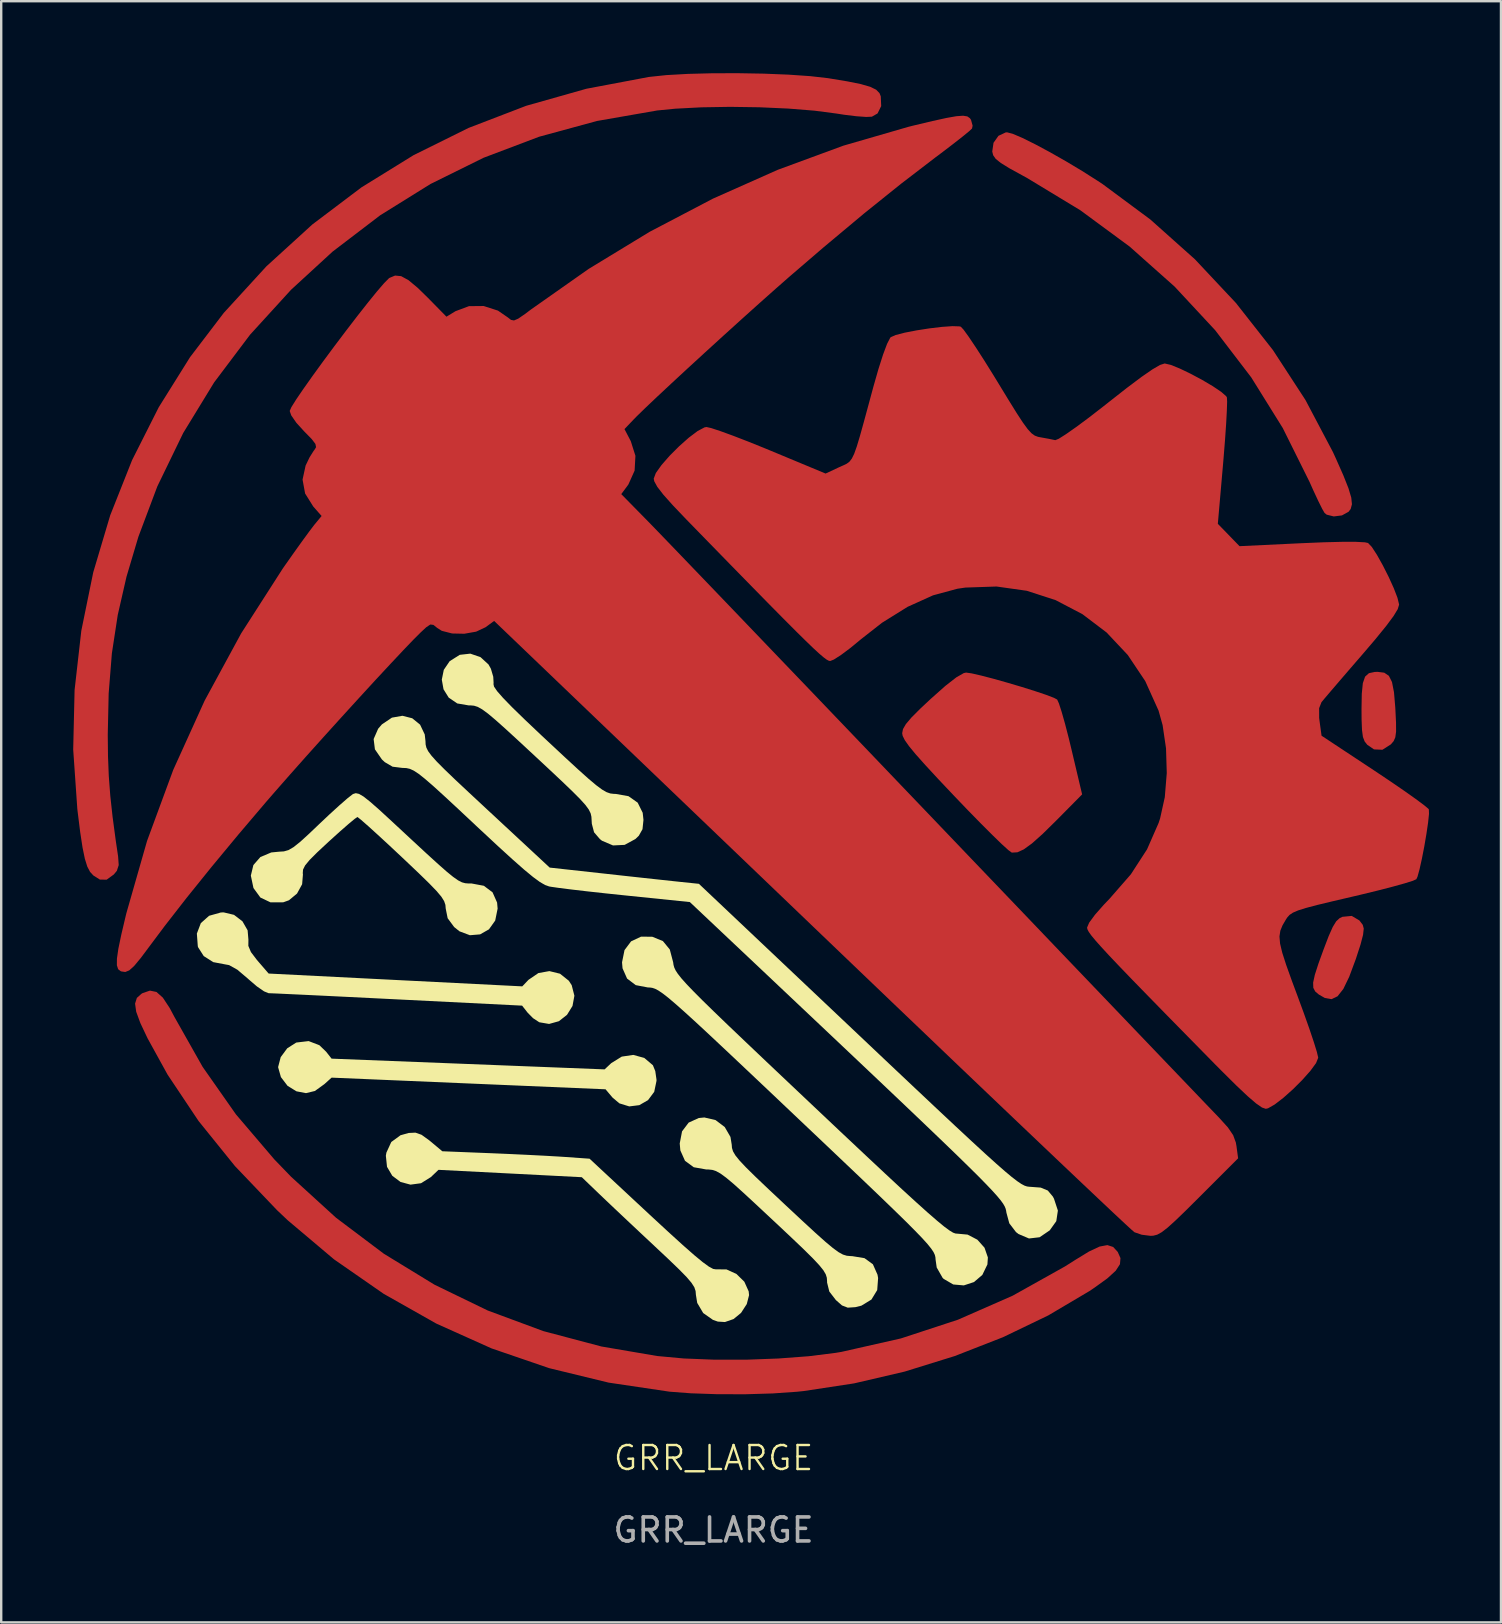
<source format=kicad_pcb>
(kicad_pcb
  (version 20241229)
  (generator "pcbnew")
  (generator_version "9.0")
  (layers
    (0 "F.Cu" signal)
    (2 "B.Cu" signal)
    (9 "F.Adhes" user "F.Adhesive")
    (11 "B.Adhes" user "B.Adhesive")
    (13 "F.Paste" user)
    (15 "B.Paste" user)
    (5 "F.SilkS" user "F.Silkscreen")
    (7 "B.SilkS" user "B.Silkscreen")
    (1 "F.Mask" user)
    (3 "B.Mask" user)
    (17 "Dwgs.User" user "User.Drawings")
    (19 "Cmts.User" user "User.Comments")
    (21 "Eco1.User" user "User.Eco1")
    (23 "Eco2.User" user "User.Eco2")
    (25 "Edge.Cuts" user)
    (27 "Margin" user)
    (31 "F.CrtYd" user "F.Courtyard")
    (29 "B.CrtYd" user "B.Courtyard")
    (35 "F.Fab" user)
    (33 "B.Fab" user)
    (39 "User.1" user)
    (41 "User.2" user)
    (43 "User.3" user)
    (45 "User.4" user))
  (footprint "GRR_LARGE"
    (layer "F.Cu")
    (at 26.682 58.203)
    (property "Reference" "GRR_LARGE" (at 0 -0.5 0) (unlocked yes) (layer "F.SilkS") (effects (font (size 1 1) (thickness 0.1))))
    (attr smd)
    (fp_poly (pts (xy -16.424 -17.701) (xy -16.142 -17.429) (xy -15.915 -17.141) (xy -10.227 -16.918) (xy -4.539 -16.694) (xy -4.263 -16.954) (xy -3.824 -17.226) (xy -3.344 -17.297) (xy -2.886 -17.171) (xy -2.527 -16.867) (xy -2.428 -16.623) (xy -2.378 -16.275) (xy -2.376 -16.219) (xy -2.472 -15.758) (xy -2.73 -15.412) (xy -3.095 -15.203) (xy -3.512 -15.151) (xy -3.923 -15.278) (xy -4.208 -15.518) (xy -4.5 -15.864) (xy -10.207 -16.107) (xy -15.915 -16.35) (xy -16.216 -16.079) (xy -16.611 -15.794) (xy -16.982 -15.704) (xy -17.38 -15.78) (xy -17.75 -16.008) (xy -18.027 -16.372) (xy -18.142 -16.779) (xy -18.142 -16.796) (xy -18.036 -17.203) (xy -17.765 -17.571) (xy -17.396 -17.807) (xy -17.379 -17.813) (xy -16.871 -17.873)) (stroke (width 0) (type solid)) (fill yes) (layer "F.SilkS"))
    (fp_poly (pts (xy -19.982 -23.133) (xy -19.63 -22.864) (xy -19.414 -22.488) (xy -19.381 -22.1) (xy -19.384 -21.839) (xy -19.276 -21.582) (xy -19.025 -21.251) (xy -18.989 -21.209) (xy -18.538 -20.687) (xy -13.254 -20.42) (xy -7.97 -20.153) (xy -7.71 -20.426) (xy -7.299 -20.707) (xy -6.84 -20.789) (xy -6.397 -20.68) (xy -6.031 -20.388) (xy -5.91 -20.201) (xy -5.798 -19.763) (xy -5.877 -19.336) (xy -6.106 -18.967) (xy -6.444 -18.701) (xy -6.852 -18.587) (xy -7.261 -18.657) (xy -7.523 -18.829) (xy -7.746 -19.056) (xy -7.977 -19.35) (xy -13.15 -19.609) (xy -14.249 -19.664) (xy -15.278 -19.715) (xy -16.212 -19.761) (xy -17.024 -19.8) (xy -17.689 -19.831) (xy -18.18 -19.854) (xy -18.473 -19.866) (xy -18.541 -19.868) (xy -18.731 -19.946) (xy -19.029 -20.152) (xy -19.37 -20.444) (xy -19.395 -20.468) (xy -19.842 -20.847) (xy -20.186 -21.039) (xy -20.357 -21.07) (xy -20.848 -21.163) (xy -21.243 -21.415) (xy -21.478 -21.783) (xy -21.49 -21.824) (xy -21.529 -22.353) (xy -21.363 -22.789) (xy -21.02 -23.094) (xy -20.528 -23.232) (xy -20.413 -23.236)) (stroke (width 0) (type solid)) (fill yes) (layer "F.SilkS"))
    (fp_poly (pts (xy -12.168 -13.969) (xy -11.853 -13.742) (xy -11.798 -13.697) (xy -11.302 -13.282) (xy -9.275 -13.201) (xy -8.502 -13.168) (xy -7.722 -13.131) (xy -7.004 -13.094) (xy -6.422 -13.06) (xy -6.207 -13.046) (xy -5.166 -12.972) (xy -2.656 -10.635) (xy -1.892 -9.929) (xy -1.283 -9.375) (xy -0.809 -8.958) (xy -0.453 -8.664) (xy -0.195 -8.476) (xy -0.017 -8.38) (xy 0.1 -8.361) (xy 0.111 -8.363) (xy 0.541 -8.358) (xy 0.954 -8.169) (xy 1.283 -7.847) (xy 1.464 -7.445) (xy 1.48 -7.286) (xy 1.384 -6.914) (xy 1.145 -6.546) (xy 0.838 -6.294) (xy 0.821 -6.286) (xy 0.474 -6.166) (xy 0.178 -6.185) (xy -0.025 -6.256) (xy -0.431 -6.541) (xy -0.68 -6.963) (xy -0.735 -7.299) (xy -0.748 -7.458) (xy -0.801 -7.616) (xy -0.919 -7.801) (xy -1.123 -8.041) (xy -1.439 -8.363) (xy -1.888 -8.795) (xy -2.427 -9.301) (xy -3.012 -9.849) (xy -3.589 -10.391) (xy -4.114 -10.886) (xy -4.544 -11.294) (xy -4.804 -11.542) (xy -5.489 -12.201) (xy -8.475 -12.355) (xy -11.461 -12.508) (xy -11.777 -12.207) (xy -12.189 -11.95) (xy -12.628 -11.891) (xy -13.043 -12.003) (xy -13.386 -12.26) (xy -13.606 -12.633) (xy -13.654 -13.095) (xy -13.632 -13.225) (xy -13.428 -13.668) (xy -13.044 -13.949) (xy -12.705 -14.044) (xy -12.421 -14.058)) (stroke (width 0) (type solid)) (fill yes) (layer "F.SilkS"))
    (fp_poly (pts (xy 0.084 -14.581) (xy 0.466 -14.292) (xy 0.705 -13.88) (xy 0.757 -13.56) (xy 0.768 -13.42) (xy 0.812 -13.278) (xy 0.909 -13.112) (xy 1.081 -12.898) (xy 1.347 -12.615) (xy 1.727 -12.24) (xy 2.241 -11.75) (xy 2.91 -11.122) (xy 3.014 -11.024) (xy 3.705 -10.38) (xy 4.245 -9.882) (xy 4.66 -9.511) (xy 4.973 -9.25) (xy 5.209 -9.078) (xy 5.393 -8.977) (xy 5.55 -8.929) (xy 5.703 -8.914) (xy 5.77 -8.913) (xy 6.289 -8.828) (xy 6.64 -8.573) (xy 6.832 -8.14) (xy 6.857 -7.999) (xy 6.82 -7.498) (xy 6.579 -7.103) (xy 6.16 -6.848) (xy 5.909 -6.786) (xy 5.592 -6.765) (xy 5.352 -6.858) (xy 5.097 -7.082) (xy 4.824 -7.437) (xy 4.731 -7.812) (xy 4.73 -7.873) (xy 4.72 -8.013) (xy 4.675 -8.155) (xy 4.577 -8.322) (xy 4.404 -8.536) (xy 4.137 -8.821) (xy 3.756 -9.198) (xy 3.24 -9.69) (xy 2.57 -10.32) (xy 2.473 -10.41) (xy 1.784 -11.054) (xy 1.245 -11.552) (xy 0.833 -11.923) (xy 0.521 -12.184) (xy 0.285 -12.356) (xy 0.102 -12.457) (xy -0.055 -12.506) (xy -0.21 -12.522) (xy -0.301 -12.523) (xy -0.825 -12.616) (xy -1.19 -12.885) (xy -1.383 -13.317) (xy -1.409 -13.606) (xy -1.312 -14.112) (xy -1.037 -14.476) (xy -0.616 -14.667) (xy -0.382 -14.69)) (stroke (width 0) (type solid)) (fill yes) (layer "F.SilkS"))
    (fp_poly (pts (xy -9.71 -33.871) (xy -9.376 -33.565) (xy -9.277 -33.387) (xy -9.179 -33.054) (xy -9.164 -32.784) (xy -9.171 -32.756) (xy -9.148 -32.645) (xy -9.02 -32.456) (xy -8.772 -32.173) (xy -8.392 -31.782) (xy -7.864 -31.268) (xy -7.174 -30.614) (xy -6.899 -30.357) (xy -6.194 -29.7) (xy -5.64 -29.189) (xy -5.213 -28.807) (xy -4.89 -28.535) (xy -4.646 -28.354) (xy -4.457 -28.245) (xy -4.301 -28.191) (xy -4.152 -28.173) (xy -4.075 -28.172) (xy -3.543 -28.077) (xy -3.161 -27.808) (xy -2.952 -27.386) (xy -2.92 -27.089) (xy -2.96 -26.702) (xy -3.113 -26.43) (xy -3.255 -26.293) (xy -3.704 -26.049) (xy -4.189 -26.025) (xy -4.65 -26.222) (xy -4.736 -26.29) (xy -4.978 -26.572) (xy -5.072 -26.928) (xy -5.08 -27.068) (xy -5.089 -27.222) (xy -5.122 -27.365) (xy -5.199 -27.521) (xy -5.339 -27.712) (xy -5.563 -27.96) (xy -5.891 -28.289) (xy -6.342 -28.721) (xy -6.938 -29.28) (xy -7.407 -29.717) (xy -8.108 -30.368) (xy -8.658 -30.873) (xy -9.08 -31.25) (xy -9.399 -31.518) (xy -9.639 -31.694) (xy -9.824 -31.798) (xy -9.977 -31.847) (xy -10.123 -31.861) (xy -10.2 -31.86) (xy -10.68 -31.942) (xy -11.034 -32.183) (xy -11.251 -32.531) (xy -11.323 -32.934) (xy -11.24 -33.342) (xy -10.995 -33.703) (xy -10.577 -33.966) (xy -10.571 -33.968) (xy -10.135 -34.017)) (stroke (width 0) (type solid)) (fill yes) (layer "F.SilkS"))
    (fp_poly (pts (xy -2.557 -22.222) (xy -2.111 -22.041) (xy -1.823 -21.689) (xy -1.683 -21.157) (xy -1.668 -21.049) (xy -1.638 -20.941) (xy -1.582 -20.82) (xy -1.487 -20.674) (xy -1.34 -20.488) (xy -1.129 -20.251) (xy -0.84 -19.95) (xy -0.462 -19.57) (xy 0.019 -19.1) (xy 0.614 -18.527) (xy 1.338 -17.837) (xy 2.201 -17.017) (xy 3.218 -16.055) (xy 4.098 -15.223) (xy 5.265 -14.121) (xy 6.272 -13.174) (xy 7.128 -12.372) (xy 7.848 -11.703) (xy 8.444 -11.158) (xy 8.927 -10.724) (xy 9.31 -10.392) (xy 9.604 -10.149) (xy 9.824 -9.986) (xy 9.98 -9.891) (xy 10.085 -9.853) (xy 10.121 -9.852) (xy 10.586 -9.809) (xy 10.993 -9.597) (xy 11.291 -9.263) (xy 11.431 -8.858) (xy 11.412 -8.567) (xy 11.2 -8.129) (xy 10.852 -7.832) (xy 10.429 -7.693) (xy 9.989 -7.731) (xy 9.591 -7.962) (xy 9.543 -8.01) (xy 9.299 -8.438) (xy 9.252 -8.769) (xy 9.245 -8.864) (xy 9.221 -8.963) (xy 9.167 -9.079) (xy 9.07 -9.225) (xy 8.918 -9.414) (xy 8.698 -9.658) (xy 8.398 -9.969) (xy 8.006 -10.362) (xy 7.508 -10.848) (xy 6.894 -11.441) (xy 6.149 -12.153) (xy 5.261 -12.997) (xy 4.219 -13.986) (xy 3.502 -14.665) (xy 2.36 -15.748) (xy 1.378 -16.676) (xy 0.545 -17.462) (xy -0.155 -18.118) (xy -0.734 -18.656) (xy -1.206 -19.086) (xy -1.585 -19.422) (xy -1.883 -19.675) (xy -2.115 -19.856) (xy -2.295 -19.978) (xy -2.435 -20.052) (xy -2.549 -20.09) (xy -2.65 -20.105) (xy -2.733 -20.107) (xy -3.242 -20.204) (xy -3.603 -20.478) (xy -3.792 -20.905) (xy -3.813 -21.154) (xy -3.71 -21.663) (xy -3.436 -22.029) (xy -3.024 -22.223)) (stroke (width 0) (type solid)) (fill yes) (layer "F.SilkS"))
    (fp_poly (pts (xy -14.772 -28.173) (xy -14.582 -28.061) (xy -14.31 -27.846) (xy -13.925 -27.508) (xy -13.4 -27.025) (xy -13.311 -26.942) (xy -12.553 -26.238) (xy -11.949 -25.679) (xy -11.479 -25.251) (xy -11.119 -24.934) (xy -10.848 -24.713) (xy -10.644 -24.57) (xy -10.484 -24.488) (xy -10.347 -24.451) (xy -10.211 -24.44) (xy -10.082 -24.44) (xy -9.571 -24.344) (xy -9.208 -24.071) (xy -9.019 -23.645) (xy -8.997 -23.392) (xy -9.098 -22.894) (xy -9.358 -22.529) (xy -9.727 -22.319) (xy -10.153 -22.284) (xy -10.587 -22.447) (xy -10.808 -22.625) (xy -11.079 -22.992) (xy -11.16 -23.395) (xy -11.16 -23.395) (xy -11.173 -23.549) (xy -11.226 -23.705) (xy -11.341 -23.889) (xy -11.542 -24.127) (xy -11.85 -24.446) (xy -12.288 -24.873) (xy -12.878 -25.433) (xy -12.961 -25.511) (xy -13.506 -26.022) (xy -13.993 -26.471) (xy -14.393 -26.834) (xy -14.681 -27.086) (xy -14.828 -27.204) (xy -14.84 -27.209) (xy -14.953 -27.132) (xy -15.206 -26.922) (xy -15.563 -26.61) (xy -15.988 -26.226) (xy -16.043 -26.176) (xy -16.515 -25.736) (xy -16.831 -25.42) (xy -17.019 -25.192) (xy -17.105 -25.019) (xy -17.116 -24.866) (xy -17.109 -24.821) (xy -17.143 -24.408) (xy -17.355 -24.021) (xy -17.691 -23.741) (xy -17.927 -23.656) (xy -18.459 -23.653) (xy -18.881 -23.853) (xy -19.166 -24.244) (xy -19.173 -24.26) (xy -19.28 -24.768) (xy -19.174 -25.208) (xy -18.882 -25.542) (xy -18.429 -25.733) (xy -18.111 -25.764) (xy -17.903 -25.777) (xy -17.713 -25.831) (xy -17.5 -25.955) (xy -17.226 -26.173) (xy -16.853 -26.513) (xy -16.445 -26.902) (xy -15.989 -27.332) (xy -15.576 -27.708) (xy -15.246 -27.995) (xy -15.04 -28.156) (xy -15.015 -28.17) (xy -14.907 -28.203)) (stroke (width 0) (type solid)) (fill yes) (layer "F.SilkS"))
    (fp_poly (pts (xy -12.555 -31.324) (xy -12.228 -31.058) (xy -12.034 -30.65) (xy -12.003 -30.37) (xy -11.997 -30.232) (xy -11.965 -30.098) (xy -11.889 -29.948) (xy -11.751 -29.762) (xy -11.531 -29.517) (xy -11.21 -29.194) (xy -10.77 -28.771) (xy -10.191 -28.228) (xy -9.455 -27.543) (xy -9.415 -27.506) (xy -6.827 -25.102) (xy -4.51 -24.847) (xy -3.725 -24.76) (xy -2.965 -24.677) (xy -2.284 -24.603) (xy -1.737 -24.544) (xy -1.401 -24.508) (xy -0.61 -24.426) (xy 6.063 -18.115) (xy 7.304 -16.941) (xy 8.384 -15.922) (xy 9.313 -15.047) (xy 10.105 -14.305) (xy 10.771 -13.686) (xy 11.324 -13.177) (xy 11.776 -12.769) (xy 12.14 -12.45) (xy 12.428 -12.209) (xy 12.652 -12.037) (xy 12.824 -11.921) (xy 12.957 -11.85) (xy 13.063 -11.815) (xy 13.154 -11.803) (xy 13.177 -11.802) (xy 13.633 -11.768) (xy 13.928 -11.646) (xy 14.135 -11.399) (xy 14.184 -11.31) (xy 14.348 -10.811) (xy 14.282 -10.37) (xy 14.008 -9.986) (xy 13.586 -9.699) (xy 13.144 -9.648) (xy 12.705 -9.834) (xy 12.602 -9.915) (xy 12.324 -10.279) (xy 12.204 -10.723) (xy 12.191 -10.806) (xy 12.171 -10.889) (xy 12.133 -10.982) (xy 12.069 -11.093) (xy 11.97 -11.231) (xy 11.827 -11.404) (xy 11.632 -11.622) (xy 11.374 -11.894) (xy 11.047 -12.228) (xy 10.639 -12.632) (xy 10.143 -13.117) (xy 9.549 -13.69) (xy 8.849 -14.361) (xy 8.034 -15.138) (xy 7.095 -16.03) (xy 6.022 -17.046) (xy 4.807 -18.195) (xy 3.441 -19.485) (xy 1.916 -20.926) (xy 0.757 -22.019) (xy -0.988 -23.666) (xy -3.697 -23.944) (xy -4.507 -24.029) (xy -5.261 -24.112) (xy -5.919 -24.189) (xy -6.437 -24.254) (xy -6.775 -24.303) (xy -6.853 -24.317) (xy -7.021 -24.377) (xy -7.238 -24.503) (xy -7.523 -24.712) (xy -7.896 -25.02) (xy -8.378 -25.445) (xy -8.989 -26.002) (xy -9.748 -26.709) (xy -9.882 -26.834) (xy -10.624 -27.53) (xy -11.214 -28.077) (xy -11.673 -28.495) (xy -12.025 -28.8) (xy -12.291 -29.011) (xy -12.495 -29.144) (xy -12.657 -29.217) (xy -12.802 -29.249) (xy -12.95 -29.255) (xy -12.964 -29.255) (xy -13.374 -29.306) (xy -13.696 -29.494) (xy -13.818 -29.607) (xy -14.11 -30.029) (xy -14.163 -30.459) (xy -13.976 -30.887) (xy -13.818 -31.07) (xy -13.402 -31.35) (xy -12.964 -31.428)) (stroke (width 0) (type solid)) (fill yes) (layer "F.SilkS"))
    (fp_text user "${REFERENCE}" (at 0 2.5 0) (unlocked yes) (layer "F.Fab") (effects (font (size 1 1) (thickness 0.15))))
    (pad "1" smd custom (at -25.9 -34) (size 0.462 0.462) (layers "F.Cu" "F.Mask" "F.Paste") (options (anchor circle)) (primitives (gr_poly (pts (xy -0.322 -0.116) (xy -0.313 -0.16) (xy -0.288 -0.197) (xy -0.25 -0.222) (xy -0.206 -0.231) (xy 0.206 -0.231) (xy 0.25 -0.222) (xy 0.288 -0.197) (xy 0.313 -0.16) (xy 0.322 -0.116) (xy 0.322 0.116) (xy 0.313 0.16) (xy 0.288 0.197) (xy 0.25 0.222) (xy 0.206 0.231) (xy -0.206 0.231) (xy -0.25 0.222) (xy -0.288 0.197) (xy -0.313 0.16) (xy -0.322 0.116)) (width 0) (fill yes)) (gr_poly (pts (xy 27.996 -24.184) (xy 29.02 -24.143) (xy 29.931 -24.08) (xy 30.669 -23.996) (xy 30.71 -23.989) (xy 31.479 -23.862) (xy 32.041 -23.748) (xy 32.429 -23.636) (xy 32.676 -23.515) (xy 32.815 -23.372) (xy 32.868 -23.24) (xy 32.886 -22.832) (xy 32.734 -22.526) (xy 32.499 -22.391) (xy 32.262 -22.38) (xy 31.855 -22.409) (xy 31.347 -22.471) (xy 31.032 -22.52) (xy 30.108 -22.641) (xy 29.013 -22.729) (xy 27.817 -22.783) (xy 26.588 -22.801) (xy 25.395 -22.781) (xy 24.306 -22.724) (xy 23.554 -22.65) (xy 21.047 -22.213) (xy 18.634 -21.556) (xy 16.32 -20.68) (xy 14.111 -19.589) (xy 12.012 -18.284) (xy 10.027 -16.769) (xy 8.297 -15.18) (xy 6.589 -13.308) (xy 5.09 -11.318) (xy 3.802 -9.211) (xy 2.724 -6.987) (xy 1.934 -4.886) (xy 1.438 -3.219) (xy 1.074 -1.626) (xy 0.83 -0.031) (xy 0.696 1.642) (xy 0.658 3.357) (xy 0.668 4.259) (xy 0.701 5.085) (xy 0.763 5.903) (xy 0.859 6.782) (xy 0.994 7.79) (xy 1.089 8.432) (xy 1.115 8.793) (xy 1.037 9.033) (xy 0.91 9.185) (xy 0.612 9.402) (xy 0.329 9.397) (xy 0.061 9.229) (xy -0.078 9.079) (xy -0.195 8.856) (xy -0.297 8.528) (xy -0.393 8.061) (xy -0.49 7.424) (xy -0.595 6.583) (xy -0.61 6.456) (xy -0.782 3.98) (xy -0.724 1.497) (xy -0.444 -0.971) (xy 0.053 -3.405) (xy 0.761 -5.783) (xy 1.673 -8.083) (xy 2.784 -10.286) (xy 4.086 -12.369) (xy 5.492 -14.215) (xy 7.27 -16.157) (xy 9.185 -17.902) (xy 11.231 -19.447) (xy 13.401 -20.788) (xy 15.691 -21.922) (xy 18.094 -22.845) (xy 20.603 -23.555) (xy 23.213 -24.048) (xy 23.227 -24.049) (xy 23.937 -24.124) (xy 24.828 -24.174) (xy 25.841 -24.2) (xy 26.916 -24.203)) (width 0) (fill yes))))
    (pad "1" smd custom (at -7.1 -41.9) (size 0.462 0.462) (layers "F.Cu" "F.Mask" "F.Paste") (options (anchor circle)) (primitives (gr_poly (pts (xy -0.322 -0.116) (xy -0.313 -0.16) (xy -0.288 -0.197) (xy -0.25 -0.222) (xy -0.206 -0.231) (xy 0.206 -0.231) (xy 0.25 -0.222) (xy 0.288 -0.197) (xy 0.313 -0.16) (xy 0.322 -0.116) (xy 0.322 0.116) (xy 0.313 0.16) (xy 0.288 0.197) (xy 0.25 0.222) (xy 0.206 0.231) (xy -0.206 0.231) (xy -0.25 0.222) (xy -0.288 0.197) (xy -0.313 0.16) (xy -0.322 0.116)) (width 0) (fill yes)) (gr_poly (pts (xy 17.674 -14.503) (xy 17.781 -14.428) (xy 17.829 -14.358) (xy 17.895 -14.118) (xy 17.871 -13.998) (xy 17.749 -13.884) (xy 17.47 -13.656) (xy 17.07 -13.343) (xy 16.584 -12.972) (xy 16.344 -12.793) (xy 14.915 -11.697) (xy 13.364 -10.451) (xy 11.68 -9.043) (xy 10.268 -7.83) (xy 9.684 -7.317) (xy 9.013 -6.72) (xy 8.284 -6.065) (xy 7.525 -5.378) (xy 6.763 -4.683) (xy 6.027 -4.008) (xy 5.345 -3.377) (xy 4.744 -2.816) (xy 4.254 -2.351) (xy 3.902 -2.008) (xy 3.788 -1.892) (xy 3.389 -1.474) (xy 3.652 -0.97) (xy 3.845 -0.36) (xy 3.811 0.257) (xy 3.554 0.83) (xy 3.519 0.88) (xy 3.255 1.236) (xy 4.394 2.396) (xy 4.618 2.626) (xy 4.997 3.019) (xy 5.52 3.562) (xy 6.176 4.245) (xy 6.955 5.056) (xy 7.844 5.983) (xy 8.833 7.015) (xy 9.911 8.141) (xy 11.067 9.347) (xy 12.29 10.625) (xy 13.568 11.96) (xy 14.89 13.343) (xy 16.247 14.761) (xy 16.525 15.052) (xy 17.876 16.466) (xy 19.19 17.839) (xy 20.455 19.162) (xy 21.661 20.424) (xy 22.798 21.612) (xy 23.855 22.717) (xy 24.822 23.728) (xy 25.688 24.633) (xy 26.443 25.422) (xy 27.076 26.083) (xy 27.577 26.607) (xy 27.936 26.981) (xy 28.141 27.194) (xy 28.169 27.223) (xy 28.533 27.626) (xy 28.751 27.947) (xy 28.863 28.252) (xy 28.89 28.405) (xy 28.958 28.912) (xy 27.341 30.529) (xy 26.768 31.098) (xy 26.335 31.516) (xy 26.013 31.806) (xy 25.773 31.991) (xy 25.586 32.094) (xy 25.425 32.136) (xy 25.307 32.142) (xy 24.941 32.096) (xy 24.64 31.993) (xy 24.637 31.991) (xy 24.523 31.893) (xy 24.244 31.636) (xy 23.811 31.232) (xy 23.234 30.688) (xy 22.521 30.014) (xy 21.683 29.22) (xy 20.73 28.314) (xy 19.67 27.306) (xy 18.514 26.204) (xy 17.271 25.019) (xy 15.952 23.758) (xy 14.565 22.433) (xy 13.12 21.05) (xy 11.628 19.621) (xy 11.17 19.182) (xy -2.043 6.52) (xy -2.4 6.783) (xy -2.792 6.967) (xy -3.286 7.054) (xy -3.792 7.043) (xy -4.223 6.933) (xy -4.411 6.815) (xy -4.571 6.685) (xy -4.701 6.669) (xy -4.872 6.784) (xy -5.1 6.996) (xy -5.402 7.297) (xy -5.837 7.751) (xy -6.382 8.332) (xy -7.012 9.01) (xy -7.7 9.76) (xy -8.423 10.554) (xy -9.156 11.364) (xy -9.873 12.163) (xy -10.549 12.924) (xy -11.16 13.62) (xy -11.531 14.047) (xy -12.71 15.434) (xy -13.829 16.785) (xy -14.86 18.064) (xy -15.773 19.237) (xy -16.399 20.074) (xy -16.772 20.572) (xy -17.044 20.899) (xy -17.246 21.081) (xy -17.411 21.148) (xy -17.571 21.126) (xy -17.603 21.115) (xy -17.709 21.033) (xy -17.762 20.869) (xy -17.76 20.593) (xy -17.7 20.178) (xy -17.578 19.592) (xy -17.393 18.808) (xy -17.366 18.698) (xy -16.505 15.688) (xy -15.414 12.727) (xy -14.103 9.837) (xy -12.582 7.037) (xy -10.859 4.351) (xy -10.767 4.218) (xy -10.39 3.683) (xy -10.037 3.19) (xy -9.743 2.788) (xy -9.544 2.526) (xy -9.516 2.491) (xy -9.232 2.148) (xy -9.579 1.753) (xy -9.919 1.21) (xy -10.025 0.632) (xy -9.898 0.046) (xy -9.733 -0.296) (xy -9.565 -0.564) (xy -9.535 -0.6) (xy -9.462 -0.719) (xy -9.49 -0.856) (xy -9.643 -1.057) (xy -9.949 -1.37) (xy -9.961 -1.382) (xy -10.284 -1.737) (xy -10.497 -2.045) (xy -10.561 -2.229) (xy -10.49 -2.389) (xy -10.292 -2.706) (xy -9.99 -3.149) (xy -9.608 -3.689) (xy -9.169 -4.294) (xy -8.696 -4.932) (xy -8.211 -5.574) (xy -7.739 -6.189) (xy -7.302 -6.744) (xy -6.923 -7.211) (xy -6.625 -7.557) (xy -6.432 -7.752) (xy -6.406 -7.772) (xy -6.17 -7.871) (xy -5.917 -7.846) (xy -5.611 -7.679) (xy -5.221 -7.354) (xy -4.797 -6.939) (xy -4.029 -6.157) (xy -3.653 -6.386) (xy -3.091 -6.596) (xy -2.479 -6.602) (xy -1.885 -6.411) (xy -1.472 -6.127) (xy -1.34 -6.024) (xy -1.214 -6) (xy -1.038 -6.076) (xy -0.759 -6.268) (xy -0.509 -6.456) (xy 1.896 -8.148) (xy 4.437 -9.694) (xy 7.077 -11.077) (xy 9.78 -12.279) (xy 12.508 -13.283) (xy 15.225 -14.07) (xy 15.441 -14.124) (xy 16.223 -14.31) (xy 16.805 -14.438) (xy 17.219 -14.511) (xy 17.498 -14.531)) (width 0) (fill yes))))
    (pad "1" smd custom (at 9.4 -40.5) (size 0.462 0.462) (layers "F.Cu" "F.Mask" "F.Paste") (options (anchor circle)) (primitives (gr_poly (pts (xy -0.322 -0.116) (xy -0.313 -0.16) (xy -0.288 -0.197) (xy -0.25 -0.222) (xy -0.206 -0.231) (xy 0.206 -0.231) (xy 0.25 -0.222) (xy 0.288 -0.197) (xy 0.313 -0.16) (xy 0.322 -0.116) (xy 0.322 0.116) (xy 0.313 0.16) (xy 0.288 0.197) (xy 0.25 0.222) (xy 0.206 0.231) (xy -0.206 0.231) (xy -0.25 0.222) (xy -0.288 0.197) (xy -0.313 0.16) (xy -0.322 0.116)) (width 0) (fill yes)) (gr_poly (pts (xy 0.85 -7.153) (xy 0.903 -7.139) (xy 1.015 -7.02) (xy 1.229 -6.725) (xy 1.524 -6.286) (xy 1.881 -5.732) (xy 2.278 -5.095) (xy 2.435 -4.838) (xy 2.883 -4.103) (xy 3.227 -3.548) (xy 3.489 -3.147) (xy 3.689 -2.874) (xy 3.847 -2.701) (xy 3.985 -2.602) (xy 4.121 -2.551) (xy 4.225 -2.531) (xy 4.567 -2.469) (xy 4.822 -2.416) (xy 4.84 -2.412) (xy 4.983 -2.47) (xy 5.283 -2.66) (xy 5.71 -2.959) (xy 6.233 -3.347) (xy 6.822 -3.803) (xy 7.055 -3.987) (xy 7.826 -4.592) (xy 8.432 -5.047) (xy 8.886 -5.361) (xy 9.202 -5.545) (xy 9.396 -5.607) (xy 9.403 -5.607) (xy 9.654 -5.548) (xy 10.034 -5.394) (xy 10.489 -5.175) (xy 10.965 -4.92) (xy 11.405 -4.66) (xy 11.755 -4.424) (xy 11.961 -4.243) (xy 11.991 -4.193) (xy 12 -4.015) (xy 11.988 -3.635) (xy 11.959 -3.093) (xy 11.913 -2.429) (xy 11.853 -1.68) (xy 11.834 -1.455) (xy 11.613 1.073) (xy 12.065 1.539) (xy 12.517 2.005) (xy 15.089 1.882) (xy 16.023 1.843) (xy 16.788 1.824) (xy 17.367 1.824) (xy 17.738 1.844) (xy 17.872 1.872) (xy 18.028 2.036) (xy 18.242 2.365) (xy 18.486 2.801) (xy 18.73 3.284) (xy 18.944 3.755) (xy 19.098 4.156) (xy 19.164 4.428) (xy 19.165 4.445) (xy 19.109 4.629) (xy 18.933 4.92) (xy 18.624 5.335) (xy 18.171 5.891) (xy 17.63 6.525) (xy 17.144 7.087) (xy 16.704 7.598) (xy 16.338 8.025) (xy 16.073 8.336) (xy 15.937 8.499) (xy 15.933 8.503) (xy 15.834 8.755) (xy 15.835 9.16) (xy 15.853 9.306) (xy 15.935 9.903) (xy 18.141 11.361) (xy 18.788 11.794) (xy 19.366 12.19) (xy 19.844 12.528) (xy 20.193 12.787) (xy 20.382 12.944) (xy 20.406 12.975) (xy 20.412 13.16) (xy 20.374 13.52) (xy 20.305 13.991) (xy 20.216 14.514) (xy 20.116 15.027) (xy 20.018 15.468) (xy 19.933 15.777) (xy 19.885 15.882) (xy 19.739 15.948) (xy 19.394 16.056) (xy 18.886 16.197) (xy 18.25 16.361) (xy 17.522 16.538) (xy 17.223 16.608) (xy 16.385 16.804) (xy 15.749 16.957) (xy 15.285 17.08) (xy 14.96 17.182) (xy 14.743 17.275) (xy 14.602 17.369) (xy 14.506 17.476) (xy 14.449 17.563) (xy 14.308 17.805) (xy 14.217 18.029) (xy 14.181 18.269) (xy 14.206 18.562) (xy 14.297 18.944) (xy 14.46 19.451) (xy 14.699 20.118) (xy 14.938 20.76) (xy 15.199 21.471) (xy 15.429 22.121) (xy 15.613 22.669) (xy 15.739 23.077) (xy 15.793 23.306) (xy 15.794 23.324) (xy 15.706 23.544) (xy 15.471 23.865) (xy 15.136 24.242) (xy 14.746 24.632) (xy 14.346 24.989) (xy 13.983 25.269) (xy 13.702 25.429) (xy 13.61 25.449) (xy 13.453 25.396) (xy 13.207 25.225) (xy 12.855 24.923) (xy 12.381 24.475) (xy 11.768 23.867) (xy 11.517 23.614) (xy 10.424 22.501) (xy 9.488 21.548) (xy 8.698 20.739) (xy 8.041 20.064) (xy 7.506 19.508) (xy 7.081 19.06) (xy 6.754 18.705) (xy 6.512 18.433) (xy 6.344 18.23) (xy 6.238 18.082) (xy 6.182 17.978) (xy 6.164 17.905) (xy 6.164 17.898) (xy 6.25 17.695) (xy 6.492 17.365) (xy 6.865 16.942) (xy 7.097 16.7) (xy 7.988 15.679) (xy 8.663 14.638) (xy 9.145 13.539) (xy 9.207 13.351) (xy 9.403 12.464) (xy 9.485 11.461) (xy 9.454 10.43) (xy 9.312 9.462) (xy 9.143 8.857) (xy 8.588 7.627) (xy 7.859 6.538) (xy 6.979 5.603) (xy 5.969 4.837) (xy 4.853 4.253) (xy 3.654 3.864) (xy 2.393 3.686) (xy 1.095 3.73) (xy 0.761 3.779) (xy -0.253 4.053) (xy -1.313 4.532) (xy -2.381 5.197) (xy -3.254 5.881) (xy -3.693 6.243) (xy -4.086 6.537) (xy -4.387 6.73) (xy -4.542 6.791) (xy -4.604 6.777) (xy -4.693 6.728) (xy -4.821 6.632) (xy -5.001 6.478) (xy -5.245 6.253) (xy -5.563 5.946) (xy -5.97 5.545) (xy -6.475 5.038) (xy -7.092 4.414) (xy -7.831 3.66) (xy -8.707 2.765) (xy -9.729 1.717) (xy -10.539 0.886) (xy -11.096 0.302) (xy -11.492 -0.142) (xy -11.744 -0.468) (xy -11.87 -0.698) (xy -11.893 -0.809) (xy -11.804 -1.044) (xy -11.567 -1.377) (xy -11.229 -1.763) (xy -10.834 -2.158) (xy -10.43 -2.517) (xy -10.062 -2.794) (xy -9.776 -2.945) (xy -9.694 -2.96) (xy -9.495 -2.915) (xy -9.113 -2.789) (xy -8.586 -2.597) (xy -7.952 -2.352) (xy -7.249 -2.068) (xy -7.062 -1.991) (xy -4.731 -1.021) (xy -4.162 -1.288) (xy -3.987 -1.365) (xy -3.849 -1.432) (xy -3.737 -1.516) (xy -3.638 -1.644) (xy -3.54 -1.844) (xy -3.433 -2.144) (xy -3.304 -2.572) (xy -3.142 -3.154) (xy -2.934 -3.919) (xy -2.738 -4.645) (xy -2.528 -5.379) (xy -2.335 -5.983) (xy -2.169 -6.426) (xy -2.041 -6.674) (xy -2.016 -6.703) (xy -1.813 -6.793) (xy -1.434 -6.891) (xy -0.944 -6.986) (xy -0.406 -7.07) (xy 0.115 -7.132) (xy 0.555 -7.163)) (width 0) (fill yes))))
    (pad "1" smd custom (at 11.1 -30.4) (size 0.462 0.462) (layers "F.Cu" "F.Mask" "F.Paste") (options (anchor circle)) (primitives (gr_poly (pts (xy -0.322 -0.116) (xy -0.313 -0.16) (xy -0.288 -0.197) (xy -0.25 -0.222) (xy -0.206 -0.231) (xy 0.206 -0.231) (xy 0.25 -0.222) (xy 0.288 -0.197) (xy 0.313 -0.16) (xy 0.322 -0.116) (xy 0.322 0.116) (xy 0.313 0.16) (xy 0.288 0.197) (xy 0.25 0.222) (xy 0.206 0.231) (xy -0.206 0.231) (xy -0.25 0.222) (xy -0.288 0.197) (xy -0.313 0.16) (xy -0.322 0.116)) (width 0) (fill yes)) (gr_poly (pts (xy -0.342 -2.794) (xy 0.059 -2.702) (xy 0.573 -2.568) (xy 1.15 -2.405) (xy 1.741 -2.23) (xy 2.294 -2.056) (xy 2.759 -1.9) (xy 3.086 -1.775) (xy 3.218 -1.704) (xy 3.291 -1.544) (xy 3.405 -1.192) (xy 3.547 -0.691) (xy 3.704 -0.084) (xy 3.807 0.342) (xy 4.258 2.248) (xy 3.187 3.33) (xy 2.615 3.893) (xy 2.17 4.29) (xy 1.827 4.539) (xy 1.56 4.661) (xy 1.341 4.673) (xy 1.319 4.669) (xy 1.187 4.572) (xy 0.914 4.324) (xy 0.524 3.946) (xy 0.042 3.464) (xy -0.509 2.901) (xy -1.058 2.328) (xy -1.745 1.601) (xy -2.279 1.023) (xy -2.677 0.576) (xy -2.955 0.238) (xy -3.13 -0.01) (xy -3.22 -0.19) (xy -3.24 -0.301) (xy -3.206 -0.474) (xy -3.086 -0.681) (xy -2.855 -0.954) (xy -2.486 -1.324) (xy -2.051 -1.731) (xy -1.442 -2.272) (xy -0.984 -2.629) (xy -0.675 -2.806) (xy -0.577 -2.828)) (width 0) (fill yes))))
    (pad "1" smd custom (at 12.6 -54.7) (size 0.462 0.462) (layers "F.Cu" "F.Mask" "F.Paste") (options (anchor circle)) (primitives (gr_poly (pts (xy -0.322 -0.116) (xy -0.313 -0.16) (xy -0.288 -0.197) (xy -0.25 -0.222) (xy -0.206 -0.231) (xy 0.206 -0.231) (xy 0.25 -0.222) (xy 0.288 -0.197) (xy 0.313 -0.16) (xy 0.322 -0.116) (xy 0.322 0.116) (xy 0.313 0.16) (xy 0.288 0.197) (xy 0.25 0.222) (xy 0.206 0.231) (xy -0.206 0.231) (xy -0.25 0.222) (xy -0.288 0.197) (xy -0.313 0.16) (xy -0.322 0.116)) (width 0) (fill yes)) (gr_poly (pts (xy -0.131 -0.977) (xy 0.271 -0.805) (xy 0.799 -0.543) (xy 1.415 -0.213) (xy 2.08 0.165) (xy 2.758 0.571) (xy 3.409 0.984) (xy 3.616 1.121) (xy 5.6 2.592) (xy 7.458 4.251) (xy 9.168 6.073) (xy 10.709 8.034) (xy 12.062 10.111) (xy 13.206 12.278) (xy 13.329 12.545) (xy 13.645 13.259) (xy 13.857 13.794) (xy 13.973 14.183) (xy 14.001 14.458) (xy 13.949 14.654) (xy 13.861 14.771) (xy 13.585 14.923) (xy 13.244 14.966) (xy 12.948 14.892) (xy 12.86 14.821) (xy 12.762 14.652) (xy 12.595 14.316) (xy 12.386 13.868) (xy 12.234 13.527) (xy 11.118 11.282) (xy 9.806 9.174) (xy 8.302 7.207) (xy 6.611 5.388) (xy 4.736 3.72) (xy 2.683 2.208) (xy 0.457 0.859) (xy 0.255 0.749) (xy -0.277 0.456) (xy -0.63 0.238) (xy -0.842 0.068) (xy -0.949 -0.085) (xy -0.987 -0.239) (xy -0.934 -0.603) (xy -0.728 -0.894) (xy -0.426 -1.035) (xy -0.368 -1.039)) (width 0) (fill yes))))
    (pad "1" smd custom (at 15.8 -8.3) (size 0.462 0.462) (layers "F.Cu" "F.Mask" "F.Paste") (options (anchor circle)) (primitives (gr_poly (pts (xy -0.322 -0.116) (xy -0.313 -0.16) (xy -0.288 -0.197) (xy -0.25 -0.222) (xy -0.206 -0.231) (xy 0.206 -0.231) (xy 0.25 -0.222) (xy 0.288 -0.197) (xy 0.313 -0.16) (xy 0.322 -0.116) (xy 0.322 0.116) (xy 0.313 0.16) (xy 0.288 0.197) (xy 0.25 0.222) (xy 0.206 0.231) (xy -0.206 0.231) (xy -0.25 0.222) (xy -0.288 0.197) (xy -0.313 0.16) (xy -0.322 0.116)) (width 0) (fill yes)) (gr_poly (pts (xy -39.013 -11.62) (xy -38.748 -11.385) (xy -38.461 -10.95) (xy -38.263 -10.578) (xy -37.087 -8.496) (xy -35.702 -6.521) (xy -34.101 -4.643) (xy -33.403 -3.92) (xy -31.53 -2.212) (xy -29.537 -0.712) (xy -27.429 0.577) (xy -25.212 1.652) (xy -22.891 2.512) (xy -20.471 3.153) (xy -18.146 3.55) (xy -17.038 3.652) (xy -15.779 3.702) (xy -14.444 3.703) (xy -13.107 3.654) (xy -11.84 3.559) (xy -10.718 3.419) (xy -10.468 3.377) (xy -7.993 2.817) (xy -5.616 2.037) (xy -3.336 1.036) (xy -1.155 -0.184) (xy -0.743 -0.445) (xy -0.155 -0.805) (xy 0.285 -1.011) (xy 0.61 -1.072) (xy 0.852 -0.994) (xy 1.042 -0.787) (xy 1.156 -0.53) (xy 1.135 -0.277) (xy 0.958 -0.004) (xy 0.609 0.315) (xy 0.067 0.706) (xy -0.143 0.847) (xy -1.854 1.859) (xy -3.739 2.766) (xy -5.749 3.551) (xy -7.834 4.198) (xy -9.944 4.69) (xy -12.031 5.008) (xy -12.325 5.039) (xy -13.331 5.109) (xy -14.467 5.143) (xy -15.638 5.141) (xy -16.75 5.103) (xy -17.631 5.036) (xy -20.173 4.658) (xy -22.651 4.055) (xy -25.048 3.233) (xy -27.35 2.199) (xy -29.544 0.959) (xy -31.615 -0.479) (xy -33.548 -2.11) (xy -33.99 -2.529) (xy -35.741 -4.363) (xy -37.258 -6.242) (xy -38.548 -8.173) (xy -39.382 -9.686) (xy -39.684 -10.324) (xy -39.857 -10.796) (xy -39.904 -11.134) (xy -39.829 -11.373) (xy -39.635 -11.546) (xy -39.587 -11.573) (xy -39.284 -11.676)) (width 0) (fill yes))))
    (pad "1" smd custom (at 26.4 -22.2) (size 0.462 0.462) (layers "F.Cu" "F.Mask" "F.Paste") (options (anchor circle)) (primitives (gr_poly (pts (xy -0.322 -0.116) (xy -0.313 -0.16) (xy -0.288 -0.197) (xy -0.25 -0.222) (xy -0.206 -0.231) (xy 0.206 -0.231) (xy 0.25 -0.222) (xy 0.288 -0.197) (xy 0.313 -0.16) (xy 0.322 -0.116) (xy 0.322 0.116) (xy 0.313 0.16) (xy 0.288 0.197) (xy 0.25 0.222) (xy 0.206 0.231) (xy -0.206 0.231) (xy -0.25 0.222) (xy -0.288 0.197) (xy -0.313 0.16) (xy -0.322 0.116)) (width 0) (fill yes)) (gr_poly (pts (xy 0.512 -0.699) (xy 0.652 -0.516) (xy 0.693 -0.36) (xy 0.664 -0.099) (xy 0.558 0.307) (xy 0.367 0.895) (xy 0.359 0.918) (xy 0.088 1.646) (xy -0.158 2.155) (xy -0.398 2.46) (xy -0.649 2.58) (xy -0.929 2.531) (xy -1.179 2.387) (xy -1.329 2.26) (xy -1.409 2.107) (xy -1.416 1.889) (xy -1.345 1.564) (xy -1.193 1.093) (xy -0.984 0.517) (xy -0.767 -0.051) (xy -0.598 -0.43) (xy -0.454 -0.665) (xy -0.31 -0.797) (xy -0.195 -0.851) (xy 0.192 -0.889)) (width 0) (fill yes))))
    (pad "1" smd custom (at 27.6 -32.4) (size 0.462 0.462) (layers "F.Cu" "F.Mask" "F.Paste") (options (anchor circle)) (primitives (gr_poly (pts (xy -0.322 -0.116) (xy -0.313 -0.16) (xy -0.288 -0.197) (xy -0.25 -0.222) (xy -0.206 -0.231) (xy 0.206 -0.231) (xy 0.25 -0.222) (xy 0.288 -0.197) (xy 0.313 -0.16) (xy 0.322 -0.116) (xy 0.322 0.116) (xy 0.313 0.16) (xy 0.288 0.197) (xy 0.25 0.222) (xy 0.206 0.231) (xy -0.206 0.231) (xy -0.25 0.222) (xy -0.288 0.197) (xy -0.313 0.16) (xy -0.322 0.116)) (width 0) (fill yes)) (gr_poly (pts (xy 0.347 -0.823) (xy 0.54 -0.693) (xy 0.67 -0.433) (xy 0.753 -0.008) (xy 0.806 0.618) (xy 0.811 0.705) (xy 0.838 1.26) (xy 0.84 1.629) (xy 0.809 1.867) (xy 0.74 2.026) (xy 0.624 2.162) (xy 0.62 2.165) (xy 0.271 2.388) (xy -0.08 2.373) (xy -0.359 2.182) (xy -0.47 2.042) (xy -0.541 1.856) (xy -0.58 1.571) (xy -0.597 1.135) (xy -0.6 0.692) (xy -0.589 0.051) (xy -0.545 -0.387) (xy -0.451 -0.659) (xy -0.292 -0.802) (xy -0.051 -0.854) (xy 0.073 -0.858)) (width 0) (fill yes)))))
  (gr_rect
    (start -3 -3)
    (end 59.493 64.552)
    (stroke (width 0.1) (type default))
    (fill no)
    (layer "Edge.Cuts")))
</source>
